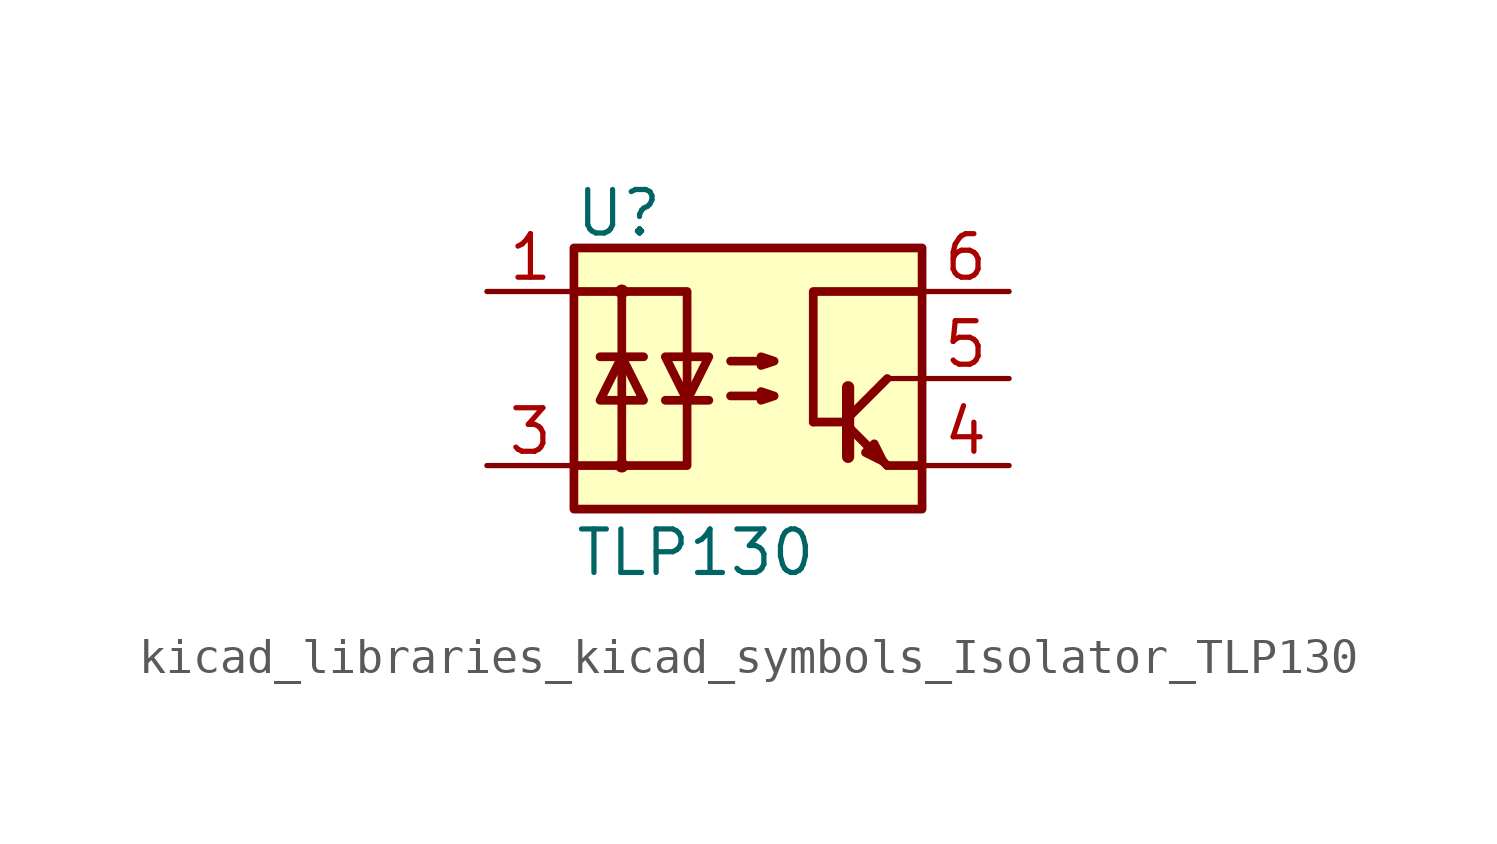
<source format=kicad_sym>
(kicad_symbol_lib
  (version 20220914)
  (generator kicad_symbol_editor)
  (symbol "kicad_libraries_kicad_symbols_Isolator_TLP130"
    (pin_names
      (offset 1.016))
    (property "Reference" "U"
      (at -5.08 4.826 0)
      (effects (font (size 1.27 1.27)) (justify left)))
    (property "Value" "TLP130"
      (at -5.08 -5.08 0)
      (effects (font (size 1.27 1.27)) (justify left)))
    (symbol "kicad_libraries_kicad_symbols_Isolator_TLP130_0_1"
      (rectangle (start -5.08 3.81) (end 5.08 -3.81) (stroke (width 0.254) (type default)) (fill (type background)))
      (circle (center -3.683 -2.54) (radius 0.127) (stroke (width 0) (type default)) (fill (type none)))
      (circle (center -3.683 2.54) (radius 0.127) (stroke (width 0) (type default)) (fill (type none)))
      (polyline (pts (xy -3.683 2.54) (xy -3.683 -2.54)) (stroke (width 0.254) (type default)) (fill (type none)))
      (polyline (pts (xy -3.048 0.635) (xy -4.318 0.635)) (stroke (width 0.254) (type default)) (fill (type none)))
      (polyline (pts (xy -2.413 -0.635) (xy -1.143 -0.635)) (stroke (width 0.254) (type default)) (fill (type none)))
      (polyline (pts (xy 2.921 -1.397) (xy 4.064 -2.54)) (stroke (width 0.254) (type default)) (fill (type none)))
      (polyline (pts (xy 2.921 -1.27) (xy 1.905 -1.27)) (stroke (width 0.254) (type default)) (fill (type none)))
      (polyline (pts (xy 2.921 -1.143) (xy 4.064 0)) (stroke (width 0.254) (type default)) (fill (type none)))
      (polyline (pts (xy 4.064 -2.54) (xy 5.08 -2.54)) (stroke (width 0.254) (type default)) (fill (type none)))
      (polyline (pts (xy 5.08 0) (xy 4.064 0)) (stroke (width 0) (type default)) (fill (type none)))
      (polyline (pts (xy 1.905 -1.27) (xy 1.905 2.54) (xy 5.08 2.54)) (stroke (width 0.254) (type default)) (fill (type none)))
      (polyline (pts (xy 2.921 -0.254) (xy 2.921 -2.286) (xy 2.921 -2.286)) (stroke (width 0.356) (type default)) (fill (type none)))
      (polyline (pts (xy -5.08 -2.54) (xy -1.778 -2.54) (xy -1.778 2.54) (xy -5.08 2.54)) (stroke (width 0.254) (type default)) (fill (type none)))
      (polyline (pts (xy -3.683 0.635) (xy -3.048 -0.635) (xy -4.318 -0.635) (xy -3.683 0.635)) (stroke (width 0.254) (type default)) (fill (type none)))
      (polyline (pts (xy -1.778 -0.635) (xy -2.413 0.635) (xy -1.143 0.635) (xy -1.778 -0.635)) (stroke (width 0.254) (type default)) (fill (type none)))
      (polyline (pts (xy 3.937 -2.413) (xy 3.683 -1.905) (xy 3.429 -2.159) (xy 3.937 -2.413)) (stroke (width 0.254) (type default)) (fill (type none)))
      (polyline (pts (xy -0.508 -0.508) (xy 0.762 -0.508) (xy 0.381 -0.635) (xy 0.381 -0.381) (xy 0.762 -0.508)) (stroke (width 0.254) (type default)) (fill (type none)))
      (polyline (pts (xy -0.508 0.508) (xy 0.762 0.508) (xy 0.381 0.381) (xy 0.381 0.635) (xy 0.762 0.508)) (stroke (width 0.254) (type default)) (fill (type none))))
    (symbol "kicad_libraries_kicad_symbols_Isolator_TLP130_1_1"
      (pin passive line (at -7.62 2.54 0) (length 2.54) (name "~" (effects (font (size 1.27 1.27)))) (number "1" (effects (font (size 1.27 1.27)))))
      (pin passive line (at -7.62 -2.54 0) (length 2.54) (name "~" (effects (font (size 1.27 1.27)))) (number "3" (effects (font (size 1.27 1.27)))))
      (pin passive line (at 7.62 -2.54 180) (length 2.54) (name "~" (effects (font (size 1.27 1.27)))) (number "4" (effects (font (size 1.27 1.27)))))
      (pin open_collector line (at 7.62 0 180) (length 2.54) (name "~" (effects (font (size 1.27 1.27)))) (number "5" (effects (font (size 1.27 1.27)))))
      (pin passive line (at 7.62 2.54 180) (length 2.54) (name "~" (effects (font (size 1.27 1.27)))) (number "6" (effects (font (size 1.27 1.27))))))))
</source>
